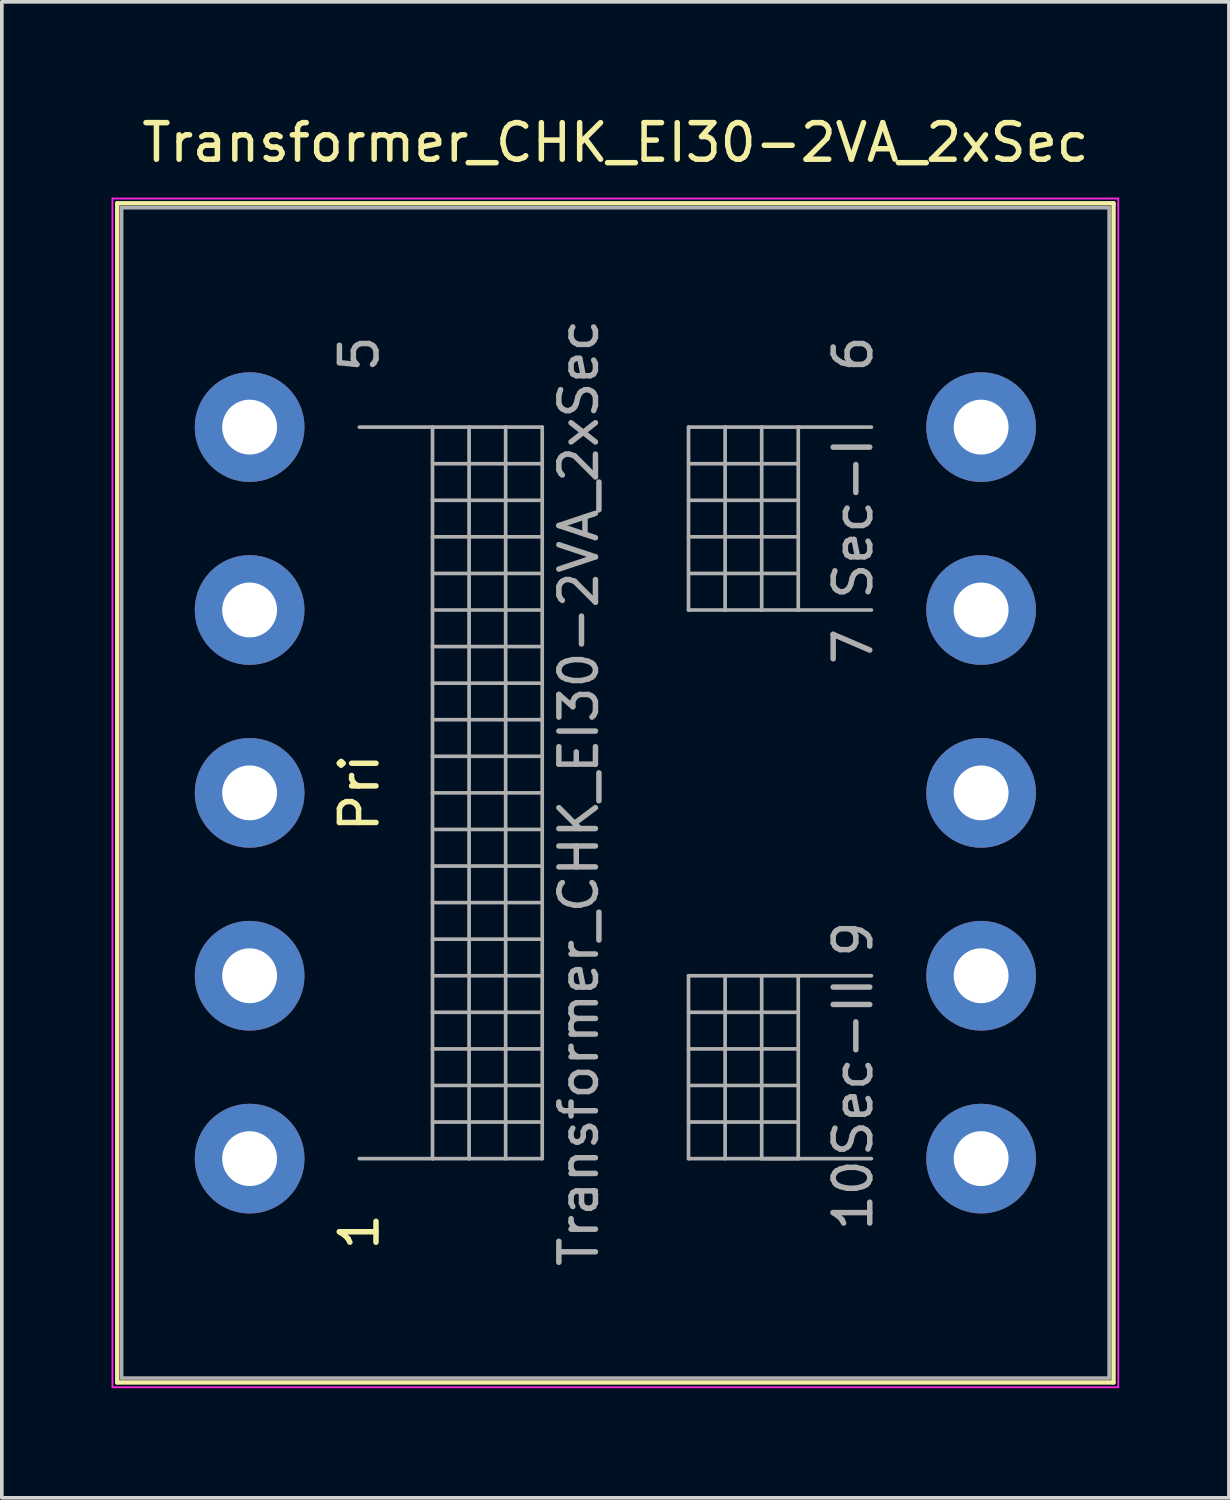
<source format=kicad_pcb>
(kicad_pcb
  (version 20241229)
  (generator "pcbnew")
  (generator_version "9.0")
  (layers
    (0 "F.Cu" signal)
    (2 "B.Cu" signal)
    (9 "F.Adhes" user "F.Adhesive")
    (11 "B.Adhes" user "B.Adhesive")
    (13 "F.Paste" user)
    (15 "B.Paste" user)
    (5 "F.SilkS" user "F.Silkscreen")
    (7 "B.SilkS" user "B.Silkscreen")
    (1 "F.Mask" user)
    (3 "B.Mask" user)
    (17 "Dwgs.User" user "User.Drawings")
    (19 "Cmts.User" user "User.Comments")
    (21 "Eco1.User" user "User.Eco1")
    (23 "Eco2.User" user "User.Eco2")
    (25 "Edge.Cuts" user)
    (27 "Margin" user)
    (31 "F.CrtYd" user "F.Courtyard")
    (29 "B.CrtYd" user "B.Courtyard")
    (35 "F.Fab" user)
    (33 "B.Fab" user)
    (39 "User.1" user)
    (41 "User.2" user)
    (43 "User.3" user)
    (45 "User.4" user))
  (footprint "Transformer_CHK_EI30-2VA_2xSec"
    (layer "F.Cu")
    (at 3.775 28.628)
    (property "Reference" "Transformer_CHK_EI30-2VA_2xSec" (at 10 -27.78 0) (layer "F.SilkS") (effects (font (size 1 1) (thickness 0.15))))
    (attr through_hole)
    (fp_line (start -3.62 -26.12) (end -3.62 6.12) (stroke (width 0.12) (type solid)) (layer "F.SilkS"))
    (fp_line (start -3.62 -26.12) (end 23.62 -26.12) (stroke (width 0.12) (type solid)) (layer "F.SilkS"))
    (fp_line (start 23.62 6.12) (end -3.62 6.12) (stroke (width 0.12) (type solid)) (layer "F.SilkS"))
    (fp_line (start 23.62 6.12) (end 23.62 -26.12) (stroke (width 0.12) (type solid)) (layer "F.SilkS"))
    (fp_line (start -3.75 -26.25) (end -3.75 6.25) (stroke (width 0.05) (type solid)) (layer "F.CrtYd"))
    (fp_line (start -3.75 -26.25) (end 23.75 -26.25) (stroke (width 0.05) (type solid)) (layer "F.CrtYd"))
    (fp_line (start 23.75 6.25) (end -3.75 6.25) (stroke (width 0.05) (type solid)) (layer "F.CrtYd"))
    (fp_line (start 23.75 6.25) (end 23.75 -26.25) (stroke (width 0.05) (type solid)) (layer "F.CrtYd"))
    (fp_line (start -3.5 -26) (end -3.5 6) (stroke (width 0.1) (type solid)) (layer "F.Fab"))
    (fp_line (start -3.5 6) (end 23.5 6) (stroke (width 0.1) (type solid)) (layer "F.Fab"))
    (fp_line (start 3 -20) (end 5 -20) (stroke (width 0.1) (type solid)) (layer "F.Fab"))
    (fp_line (start 5 -20) (end 5 0) (stroke (width 0.1) (type solid)) (layer "F.Fab"))
    (fp_line (start 5 -20) (end 6 -20) (stroke (width 0.1) (type solid)) (layer "F.Fab"))
    (fp_line (start 5 -19) (end 8 -19) (stroke (width 0.1) (type solid)) (layer "F.Fab"))
    (fp_line (start 5 -17) (end 8 -17) (stroke (width 0.1) (type solid)) (layer "F.Fab"))
    (fp_line (start 5 -15) (end 8 -15) (stroke (width 0.1) (type solid)) (layer "F.Fab"))
    (fp_line (start 5 -13) (end 8 -13) (stroke (width 0.1) (type solid)) (layer "F.Fab"))
    (fp_line (start 5 -11) (end 8 -11) (stroke (width 0.1) (type solid)) (layer "F.Fab"))
    (fp_line (start 5 -9) (end 8 -9) (stroke (width 0.1) (type solid)) (layer "F.Fab"))
    (fp_line (start 5 -7) (end 8 -7) (stroke (width 0.1) (type solid)) (layer "F.Fab"))
    (fp_line (start 5 -5) (end 8 -5) (stroke (width 0.1) (type solid)) (layer "F.Fab"))
    (fp_line (start 5 -3) (end 8 -3) (stroke (width 0.1) (type solid)) (layer "F.Fab"))
    (fp_line (start 5 -1) (end 8 -1) (stroke (width 0.1) (type solid)) (layer "F.Fab"))
    (fp_line (start 5 0) (end 3 0) (stroke (width 0.1) (type solid)) (layer "F.Fab"))
    (fp_line (start 6 -20) (end 6 0) (stroke (width 0.1) (type solid)) (layer "F.Fab"))
    (fp_line (start 6 -20) (end 7 -20) (stroke (width 0.1) (type solid)) (layer "F.Fab"))
    (fp_line (start 6 0) (end 5 0) (stroke (width 0.1) (type solid)) (layer "F.Fab"))
    (fp_line (start 7 -20) (end 7 0) (stroke (width 0.1) (type solid)) (layer "F.Fab"))
    (fp_line (start 7 -20) (end 8 -20) (stroke (width 0.1) (type solid)) (layer "F.Fab"))
    (fp_line (start 7 0) (end 6 0) (stroke (width 0.1) (type solid)) (layer "F.Fab"))
    (fp_line (start 8 -20) (end 8 0) (stroke (width 0.1) (type solid)) (layer "F.Fab"))
    (fp_line (start 8 -18) (end 5 -18) (stroke (width 0.1) (type solid)) (layer "F.Fab"))
    (fp_line (start 8 -16) (end 5 -16) (stroke (width 0.1) (type solid)) (layer "F.Fab"))
    (fp_line (start 8 -14) (end 5 -14) (stroke (width 0.1) (type solid)) (layer "F.Fab"))
    (fp_line (start 8 -12) (end 5 -12) (stroke (width 0.1) (type solid)) (layer "F.Fab"))
    (fp_line (start 8 -10) (end 5 -10) (stroke (width 0.1) (type solid)) (layer "F.Fab"))
    (fp_line (start 8 -8) (end 5 -8) (stroke (width 0.1) (type solid)) (layer "F.Fab"))
    (fp_line (start 8 -6) (end 5 -6) (stroke (width 0.1) (type solid)) (layer "F.Fab"))
    (fp_line (start 8 -4) (end 5 -4) (stroke (width 0.1) (type solid)) (layer "F.Fab"))
    (fp_line (start 8 -2) (end 5 -2) (stroke (width 0.1) (type solid)) (layer "F.Fab"))
    (fp_line (start 8 0) (end 7 0) (stroke (width 0.1) (type solid)) (layer "F.Fab"))
    (fp_line (start 12 -20) (end 12 -15) (stroke (width 0.1) (type solid)) (layer "F.Fab"))
    (fp_line (start 12 -19) (end 15 -19) (stroke (width 0.1) (type solid)) (layer "F.Fab"))
    (fp_line (start 12 -17) (end 15 -17) (stroke (width 0.1) (type solid)) (layer "F.Fab"))
    (fp_line (start 12 -15) (end 13 -15) (stroke (width 0.1) (type solid)) (layer "F.Fab"))
    (fp_line (start 12 -5) (end 12 0) (stroke (width 0.1) (type solid)) (layer "F.Fab"))
    (fp_line (start 12 -4) (end 15 -4) (stroke (width 0.1) (type solid)) (layer "F.Fab"))
    (fp_line (start 12 -2) (end 15 -2) (stroke (width 0.1) (type solid)) (layer "F.Fab"))
    (fp_line (start 12 0) (end 17 0) (stroke (width 0.1) (type solid)) (layer "F.Fab"))
    (fp_line (start 13 -20) (end 12 -20) (stroke (width 0.1) (type solid)) (layer "F.Fab"))
    (fp_line (start 13 -20) (end 13 -15) (stroke (width 0.1) (type solid)) (layer "F.Fab"))
    (fp_line (start 13 -15) (end 14 -15) (stroke (width 0.1) (type solid)) (layer "F.Fab"))
    (fp_line (start 13 -5) (end 13 0) (stroke (width 0.1) (type solid)) (layer "F.Fab"))
    (fp_line (start 14 -20) (end 13 -20) (stroke (width 0.1) (type solid)) (layer "F.Fab"))
    (fp_line (start 14 -20) (end 14 -15) (stroke (width 0.1) (type solid)) (layer "F.Fab"))
    (fp_line (start 14 -15) (end 15 -15) (stroke (width 0.1) (type solid)) (layer "F.Fab"))
    (fp_line (start 14 0) (end 14 -5) (stroke (width 0.1) (type solid)) (layer "F.Fab"))
    (fp_line (start 15 -20) (end 14 -20) (stroke (width 0.1) (type solid)) (layer "F.Fab"))
    (fp_line (start 15 -20) (end 15 -15) (stroke (width 0.1) (type solid)) (layer "F.Fab"))
    (fp_line (start 15 -18) (end 12 -18) (stroke (width 0.1) (type solid)) (layer "F.Fab"))
    (fp_line (start 15 -16) (end 12 -16) (stroke (width 0.1) (type solid)) (layer "F.Fab"))
    (fp_line (start 15 -15) (end 17 -15) (stroke (width 0.1) (type solid)) (layer "F.Fab"))
    (fp_line (start 15 -5) (end 15 0) (stroke (width 0.1) (type solid)) (layer "F.Fab"))
    (fp_line (start 15 -3) (end 12 -3) (stroke (width 0.1) (type solid)) (layer "F.Fab"))
    (fp_line (start 15 -1) (end 12 -1) (stroke (width 0.1) (type solid)) (layer "F.Fab"))
    (fp_line (start 15 0) (end 14 0) (stroke (width 0.1) (type solid)) (layer "F.Fab"))
    (fp_line (start 17 -20) (end 15 -20) (stroke (width 0.1) (type solid)) (layer "F.Fab"))
    (fp_line (start 17 -5) (end 12 -5) (stroke (width 0.1) (type solid)) (layer "F.Fab"))
    (fp_line (start 23.5 -26) (end -3.5 -26) (stroke (width 0.1) (type solid)) (layer "F.Fab"))
    (fp_line (start 23.5 6) (end 23.5 -26) (stroke (width 0.1) (type solid)) (layer "F.Fab"))
    (fp_text user "1" (at 3 2 90) (layer "F.SilkS") (effects (font (size 1 1) (thickness 0.15))))
    (fp_text user "Pri" (at 3 -10 90) (layer "F.SilkS") (effects (font (size 1 1) (thickness 0.15))))
    (fp_text user "7" (at 16.5 -14 90) (layer "F.Fab") (effects (font (size 1 1) (thickness 0.15))))
    (fp_text user "Sec-I" (at 16.5 -17.5 90) (layer "F.Fab") (effects (font (size 1 1) (thickness 0.15))))
    (fp_text user "5" (at 3 -22 90) (layer "F.Fab") (effects (font (size 1 1) (thickness 0.15))))
    (fp_text user "Sec-II" (at 16.5 -2.5 90) (layer "F.Fab") (effects (font (size 1 1) (thickness 0.15))))
    (fp_text user "6" (at 16.5 -22 90) (layer "F.Fab") (effects (font (size 1 1) (thickness 0.15))))
    (fp_text user "10" (at 16.5 1 90) (layer "F.Fab") (effects (font (size 1 1) (thickness 0.15))))
    (fp_text user "9" (at 16.5 -6 90) (layer "F.Fab") (effects (font (size 1 1) (thickness 0.15))))
    (fp_text user "${REFERENCE}" (at 9 -10 90) (layer "F.Fab") (effects (font (size 1 1) (thickness 0.15))))
    (pad "1" thru_hole circle (at 0 0) (size 3 3) (drill 1.5) (layers "*.Cu" "*.Mask"))
    (pad "2" thru_hole circle (at 0 -5) (size 3 3) (drill 1.5) (layers "*.Cu" "*.Mask"))
    (pad "3" thru_hole circle (at 0 -10) (size 3 3) (drill 1.5) (layers "*.Cu" "*.Mask"))
    (pad "4" thru_hole circle (at 0 -15) (size 3 3) (drill 1.5) (layers "*.Cu" "*.Mask"))
    (pad "5" thru_hole circle (at 0 -20) (size 3 3) (drill 1.5) (layers "*.Cu" "*.Mask"))
    (pad "6" thru_hole circle (at 20 -20) (size 3 3) (drill 1.5) (layers "*.Cu" "*.Mask"))
    (pad "7" thru_hole circle (at 20 -15) (size 3 3) (drill 1.5) (layers "*.Cu" "*.Mask"))
    (pad "8" thru_hole circle (at 20 -10) (size 3 3) (drill 1.5) (layers "*.Cu" "*.Mask"))
    (pad "9" thru_hole circle (at 20 -5) (size 3 3) (drill 1.5) (layers "*.Cu" "*.Mask"))
    (pad "10" thru_hole circle (at 20 0) (size 3 3) (drill 1.5) (layers "*.Cu" "*.Mask")))
  (gr_rect
    (start -3 -3)
    (end 30.55 37.903)
    (stroke (width 0.1) (type default))
    (fill no)
    (layer "Edge.Cuts")))
</source>
